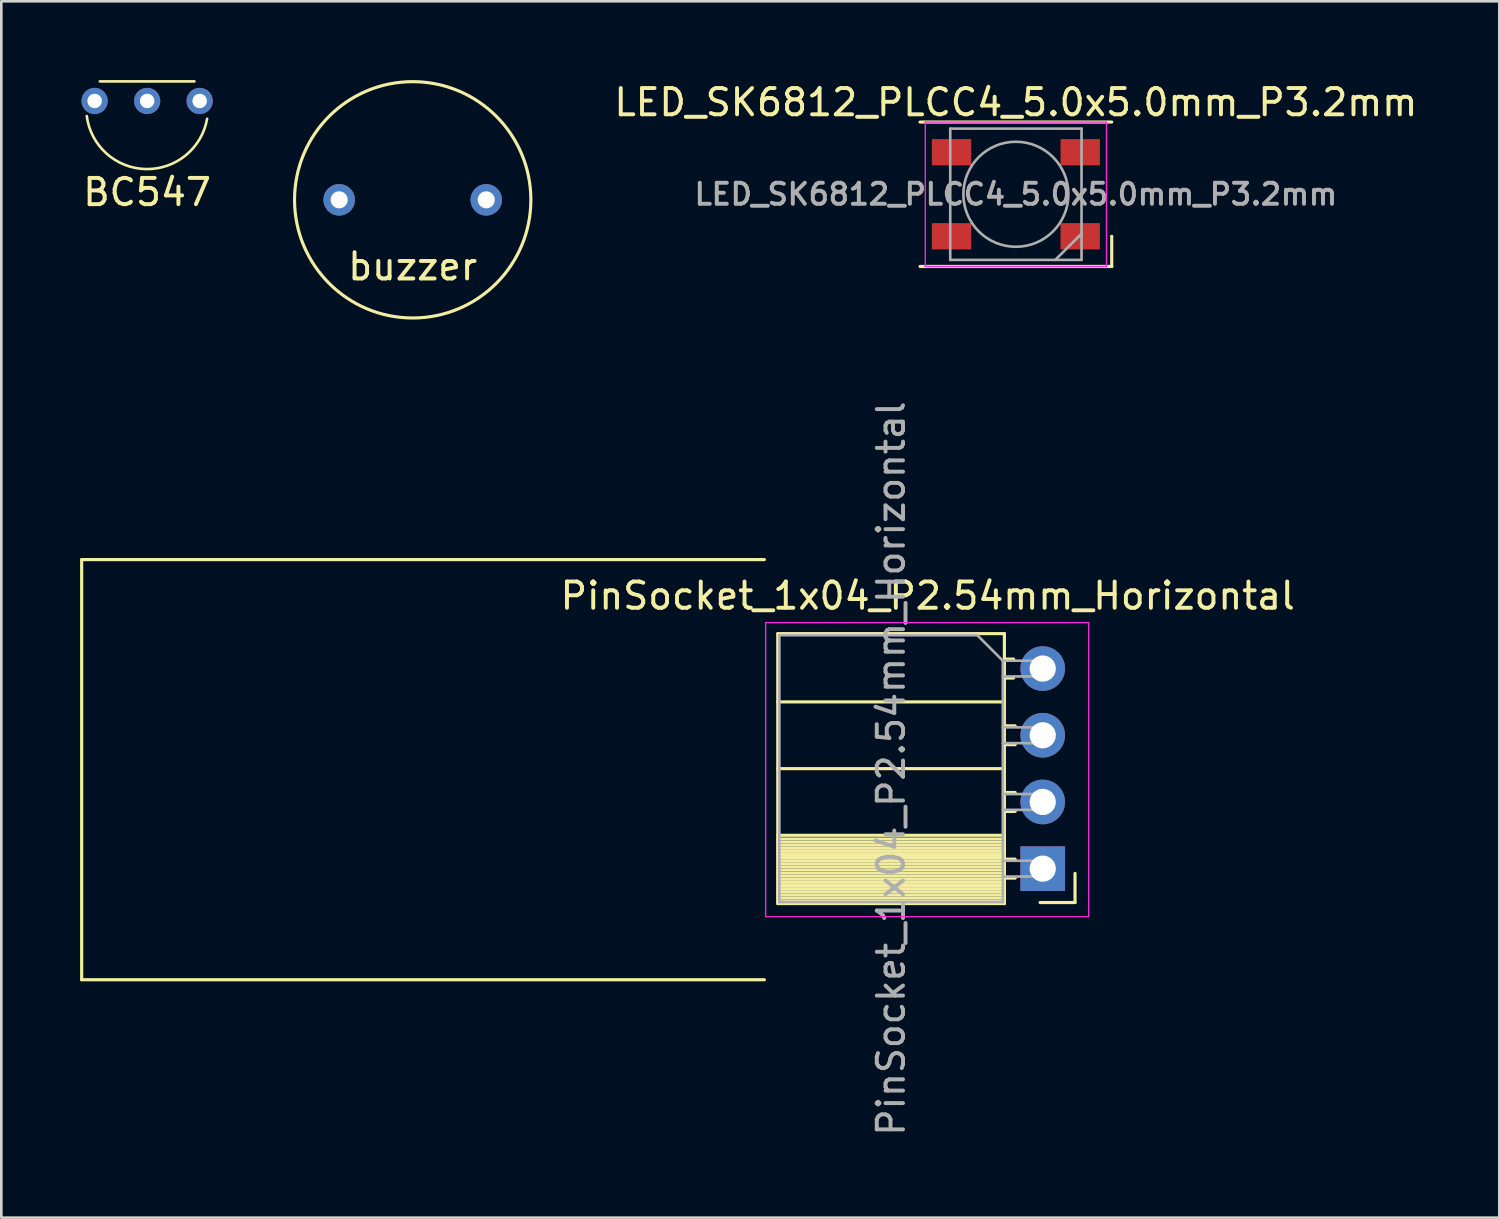
<source format=kicad_pcb>
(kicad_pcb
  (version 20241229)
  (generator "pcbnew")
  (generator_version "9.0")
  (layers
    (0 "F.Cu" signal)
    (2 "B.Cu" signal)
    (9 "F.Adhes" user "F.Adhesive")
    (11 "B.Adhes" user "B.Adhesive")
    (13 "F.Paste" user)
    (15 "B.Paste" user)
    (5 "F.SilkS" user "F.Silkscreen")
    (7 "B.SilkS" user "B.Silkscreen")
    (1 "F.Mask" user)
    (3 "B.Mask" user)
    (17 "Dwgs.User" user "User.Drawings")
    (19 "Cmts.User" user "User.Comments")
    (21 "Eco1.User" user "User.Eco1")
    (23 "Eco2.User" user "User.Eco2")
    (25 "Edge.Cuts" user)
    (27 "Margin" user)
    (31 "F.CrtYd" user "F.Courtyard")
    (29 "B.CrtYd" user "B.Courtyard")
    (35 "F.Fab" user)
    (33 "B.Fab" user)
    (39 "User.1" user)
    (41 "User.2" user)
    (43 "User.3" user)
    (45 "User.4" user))
  (footprint "buzzer"
    (layer "F.Cu")
    (at 12.667 4.56)
    (property "Reference" "buzzer" (at 0 2.54 0) (layer "F.SilkS") (effects (font (size 1 1) (thickness 0.15))))
    (attr through_hole)
    (fp_circle (center 0 0) (end 4.5 0) (stroke (width 0.12) (type solid)) (fill no) (layer "F.SilkS"))
    (pad "1" thru_hole circle (at -2.8 0) (size 1.2 1.2) (drill 0.65) (layers "*.Cu" "*.Mask"))
    (pad "2" thru_hole circle (at 2.8 0) (size 1.2 1.2) (drill 0.65) (layers "*.Cu" "*.Mask")))
  (footprint "PinSocket_1x04_P2.54mm_Horizontal"
    (layer "F.Cu")
    (at 36.66 22.411)
    (property "Reference" "PinSocket_1x04_P2.54mm_Horizontal" (at -4.38 -2.77 0) (layer "F.SilkS") (effects (font (size 1 1) (thickness 0.15))))
    (attr through_hole)
    (fp_line (start -36.6 -4.15) (end -36.6 11.85) (stroke (width 0.12) (type solid)) (layer "F.SilkS"))
    (fp_line (start -10.6 -4.15) (end -36.6 -4.15) (stroke (width 0.12) (type solid)) (layer "F.SilkS"))
    (fp_line (start -10.6 11.85) (end -36.6 11.85) (stroke (width 0.12) (type solid)) (layer "F.SilkS"))
    (fp_line (start -10.09 -1.33) (end -10.09 8.95) (stroke (width 0.12) (type solid)) (layer "F.SilkS"))
    (fp_line (start -10.09 -1.33) (end -1.46 -1.33) (stroke (width 0.12) (type solid)) (layer "F.SilkS"))
    (fp_line (start -10.09 1.27) (end -1.46 1.27) (stroke (width 0.12) (type solid)) (layer "F.SilkS"))
    (fp_line (start -10.09 3.81) (end -1.46 3.81) (stroke (width 0.12) (type solid)) (layer "F.SilkS"))
    (fp_line (start -10.09 6.35) (end -1.46 6.35) (stroke (width 0.12) (type solid)) (layer "F.SilkS"))
    (fp_line (start -10.09 6.49) (end -1.46 6.49) (stroke (width 0.12) (type solid)) (layer "F.SilkS"))
    (fp_line (start -10.09 6.608) (end -1.46 6.608) (stroke (width 0.12) (type solid)) (layer "F.SilkS"))
    (fp_line (start -10.09 6.726) (end -1.46 6.726) (stroke (width 0.12) (type solid)) (layer "F.SilkS"))
    (fp_line (start -10.09 6.844) (end -1.46 6.844) (stroke (width 0.12) (type solid)) (layer "F.SilkS"))
    (fp_line (start -10.09 6.962) (end -1.46 6.962) (stroke (width 0.12) (type solid)) (layer "F.SilkS"))
    (fp_line (start -10.09 7.08) (end -1.46 7.08) (stroke (width 0.12) (type solid)) (layer "F.SilkS"))
    (fp_line (start -10.09 7.199) (end -1.46 7.199) (stroke (width 0.12) (type solid)) (layer "F.SilkS"))
    (fp_line (start -10.09 7.317) (end -1.46 7.317) (stroke (width 0.12) (type solid)) (layer "F.SilkS"))
    (fp_line (start -10.09 7.435) (end -1.46 7.435) (stroke (width 0.12) (type solid)) (layer "F.SilkS"))
    (fp_line (start -10.09 7.553) (end -1.46 7.553) (stroke (width 0.12) (type solid)) (layer "F.SilkS"))
    (fp_line (start -10.09 7.671) (end -1.46 7.671) (stroke (width 0.12) (type solid)) (layer "F.SilkS"))
    (fp_line (start -10.09 7.789) (end -1.46 7.789) (stroke (width 0.12) (type solid)) (layer "F.SilkS"))
    (fp_line (start -10.09 7.907) (end -1.46 7.907) (stroke (width 0.12) (type solid)) (layer "F.SilkS"))
    (fp_line (start -10.09 8.025) (end -1.46 8.025) (stroke (width 0.12) (type solid)) (layer "F.SilkS"))
    (fp_line (start -10.09 8.143) (end -1.46 8.143) (stroke (width 0.12) (type solid)) (layer "F.SilkS"))
    (fp_line (start -10.09 8.261) (end -1.46 8.261) (stroke (width 0.12) (type solid)) (layer "F.SilkS"))
    (fp_line (start -10.09 8.38) (end -1.46 8.38) (stroke (width 0.12) (type solid)) (layer "F.SilkS"))
    (fp_line (start -10.09 8.498) (end -1.46 8.498) (stroke (width 0.12) (type solid)) (layer "F.SilkS"))
    (fp_line (start -10.09 8.616) (end -1.46 8.616) (stroke (width 0.12) (type solid)) (layer "F.SilkS"))
    (fp_line (start -10.09 8.734) (end -1.46 8.734) (stroke (width 0.12) (type solid)) (layer "F.SilkS"))
    (fp_line (start -10.09 8.852) (end -1.46 8.852) (stroke (width 0.12) (type solid)) (layer "F.SilkS"))
    (fp_line (start -10.09 8.95) (end -1.46 8.95) (stroke (width 0.12) (type solid)) (layer "F.SilkS"))
    (fp_line (start -1.46 -1.33) (end -1.46 8.95) (stroke (width 0.12) (type solid)) (layer "F.SilkS"))
    (fp_line (start -1.46 -0.36) (end -1.11 -0.36) (stroke (width 0.12) (type solid)) (layer "F.SilkS"))
    (fp_line (start -1.46 0.36) (end -1.11 0.36) (stroke (width 0.12) (type solid)) (layer "F.SilkS"))
    (fp_line (start -1.46 2.18) (end -1.05 2.18) (stroke (width 0.12) (type solid)) (layer "F.SilkS"))
    (fp_line (start -1.46 2.9) (end -1.05 2.9) (stroke (width 0.12) (type solid)) (layer "F.SilkS"))
    (fp_line (start -1.46 4.72) (end -1.05 4.72) (stroke (width 0.12) (type solid)) (layer "F.SilkS"))
    (fp_line (start -1.46 5.44) (end -1.05 5.44) (stroke (width 0.12) (type solid)) (layer "F.SilkS"))
    (fp_line (start -1.46 7.26) (end -1.05 7.26) (stroke (width 0.12) (type solid)) (layer "F.SilkS"))
    (fp_line (start -1.46 7.98) (end -1.05 7.98) (stroke (width 0.12) (type solid)) (layer "F.SilkS"))
    (fp_line (start 1.23 7.8) (end 1.23 8.91) (stroke (width 0.12) (type solid)) (layer "F.SilkS"))
    (fp_line (start 1.23 8.91) (end -0.1 8.91) (stroke (width 0.12) (type solid)) (layer "F.SilkS"))
    (fp_line (start -10.55 -1.75) (end -10.55 9.45) (stroke (width 0.05) (type solid)) (layer "F.CrtYd"))
    (fp_line (start -10.55 9.45) (end 1.75 9.45) (stroke (width 0.05) (type solid)) (layer "F.CrtYd"))
    (fp_line (start 1.75 -1.75) (end -10.55 -1.75) (stroke (width 0.05) (type solid)) (layer "F.CrtYd"))
    (fp_line (start 1.75 9.45) (end 1.75 -1.75) (stroke (width 0.05) (type solid)) (layer "F.CrtYd"))
    (fp_line (start -10.03 -1.27) (end -2.49 -1.27) (stroke (width 0.1) (type solid)) (layer "F.Fab"))
    (fp_line (start -10.03 8.89) (end -10.03 -1.27) (stroke (width 0.1) (type solid)) (layer "F.Fab"))
    (fp_line (start -2.49 -1.27) (end -1.52 -0.3) (stroke (width 0.1) (type solid)) (layer "F.Fab"))
    (fp_line (start -1.52 -0.3) (end -1.52 8.89) (stroke (width 0.1) (type solid)) (layer "F.Fab"))
    (fp_line (start -1.52 0.3) (end 0 0.3) (stroke (width 0.1) (type solid)) (layer "F.Fab"))
    (fp_line (start -1.52 2.84) (end 0 2.84) (stroke (width 0.1) (type solid)) (layer "F.Fab"))
    (fp_line (start -1.52 5.38) (end 0 5.38) (stroke (width 0.1) (type solid)) (layer "F.Fab"))
    (fp_line (start -1.52 7.92) (end 0 7.92) (stroke (width 0.1) (type solid)) (layer "F.Fab"))
    (fp_line (start -1.52 8.89) (end -10.03 8.89) (stroke (width 0.1) (type solid)) (layer "F.Fab"))
    (fp_line (start 0 -0.3) (end -1.52 -0.3) (stroke (width 0.1) (type solid)) (layer "F.Fab"))
    (fp_line (start 0 0.3) (end 0 -0.3) (stroke (width 0.1) (type solid)) (layer "F.Fab"))
    (fp_line (start 0 2.24) (end -1.52 2.24) (stroke (width 0.1) (type solid)) (layer "F.Fab"))
    (fp_line (start 0 2.84) (end 0 2.24) (stroke (width 0.1) (type solid)) (layer "F.Fab"))
    (fp_line (start 0 4.78) (end -1.52 4.78) (stroke (width 0.1) (type solid)) (layer "F.Fab"))
    (fp_line (start 0 5.38) (end 0 4.78) (stroke (width 0.1) (type solid)) (layer "F.Fab"))
    (fp_line (start 0 7.32) (end -1.52 7.32) (stroke (width 0.1) (type solid)) (layer "F.Fab"))
    (fp_line (start 0 7.92) (end 0 7.32) (stroke (width 0.1) (type solid)) (layer "F.Fab"))
    (fp_text user "${REFERENCE}" (at -5.775 3.81 90) (layer "F.Fab") (effects (font (size 1 1) (thickness 0.15))))
    (pad "1" thru_hole rect (at 0 7.62) (size 1.7 1.7) (drill 1) (layers "*.Cu" "*.Mask"))
    (pad "2" thru_hole oval (at 0 5.08) (size 1.7 1.7) (drill 1) (layers "*.Cu" "*.Mask"))
    (pad "3" thru_hole oval (at 0 2.54) (size 1.7 1.7) (drill 1) (layers "*.Cu" "*.Mask"))
    (pad "4" thru_hole circle (at 0 0) (size 1.7 1.7) (drill 1) (layers "*.Cu" "*.Mask")))
  (footprint "LED_SK6812_PLCC4_5.0x5.0mm_P3.2mm"
    (layer "F.Cu")
    (at 35.638 4.348)
    (property "Reference" "LED_SK6812_PLCC4_5.0x5.0mm_P3.2mm" (at 0 -3.5 0) (layer "F.SilkS") (effects (font (size 1 1) (thickness 0.15))))
    (attr smd)
    (fp_line (start -3.65 -2.75) (end 3.65 -2.75) (stroke (width 0.12) (type solid)) (layer "F.SilkS"))
    (fp_line (start -3.65 2.75) (end 3.65 2.75) (stroke (width 0.12) (type solid)) (layer "F.SilkS"))
    (fp_line (start 3.65 2.75) (end 3.65 1.6) (stroke (width 0.12) (type solid)) (layer "F.SilkS"))
    (fp_line (start -3.45 -2.75) (end -3.45 2.75) (stroke (width 0.05) (type solid)) (layer "F.CrtYd"))
    (fp_line (start -3.45 2.75) (end 3.45 2.75) (stroke (width 0.05) (type solid)) (layer "F.CrtYd"))
    (fp_line (start 3.45 -2.75) (end -3.45 -2.75) (stroke (width 0.05) (type solid)) (layer "F.CrtYd"))
    (fp_line (start 3.45 2.75) (end 3.45 -2.75) (stroke (width 0.05) (type solid)) (layer "F.CrtYd"))
    (fp_line (start -2.5 -2.5) (end -2.5 2.5) (stroke (width 0.1) (type solid)) (layer "F.Fab"))
    (fp_line (start -2.5 2.5) (end 2.5 2.5) (stroke (width 0.1) (type solid)) (layer "F.Fab"))
    (fp_line (start 2.5 -2.5) (end -2.5 -2.5) (stroke (width 0.1) (type solid)) (layer "F.Fab"))
    (fp_line (start 2.5 1.5) (end 1.5 2.5) (stroke (width 0.1) (type solid)) (layer "F.Fab"))
    (fp_line (start 2.5 2.5) (end 2.5 -2.5) (stroke (width 0.1) (type solid)) (layer "F.Fab"))
    (fp_circle (center 0 0) (end 0 -2) (stroke (width 0.1) (type solid)) (fill no) (layer "F.Fab"))
    (fp_text user "${REFERENCE}" (at 0 0 0) (layer "F.Fab") (effects (font (size 0.8 0.8) (thickness 0.15))))
    (pad "1" smd rect (at -2.45 1.6) (size 1.5 1) (layers "F.Cu" "F.Mask" "F.Paste"))
    (pad "2" smd rect (at 2.45 1.6) (size 1.5 1) (layers "F.Cu" "F.Mask" "F.Paste"))
    (pad "3" smd rect (at 2.45 -1.6) (size 1.5 1) (layers "F.Cu" "F.Mask" "F.Paste"))
    (pad "4" smd rect (at -2.45 -1.6) (size 1.5 1) (layers "F.Cu" "F.Mask" "F.Paste")))
  (footprint "BC547"
    (layer "F.Cu")
    (at 2.554 1.07)
    (property "Reference" "BC547" (at 0 3.2 0) (layer "F.SilkS") (effects (font (size 1 1) (thickness 0.15))))
    (attr through_hole)
    (fp_line (start -1.8 -1.02) (end 1.8 -1.02) (stroke (width 0.1) (type solid)) (layer "F.SilkS"))
    (fp_arc (start 2.284245 0.402773) (mid -0.051987 2.3189) (end -2.3 0.3) (stroke (width 0.1) (type solid)) (layer "F.SilkS"))
    (pad "1" thru_hole circle (at -2 -0.275) (size 1 1) (drill 0.55) (layers "*.Cu" "*.Mask"))
    (pad "2" thru_hole circle (at 0 -0.275) (size 1 1) (drill 0.55) (layers "*.Cu" "*.Mask"))
    (pad "3" thru_hole circle (at 2 -0.275) (size 1 1) (drill 0.55) (layers "*.Cu" "*.Mask")))
  (gr_rect
    (start -3 -3)
    (end 54.049 43.322)
    (stroke (width 0.1) (type default))
    (fill no)
    (layer "Edge.Cuts")))
</source>
